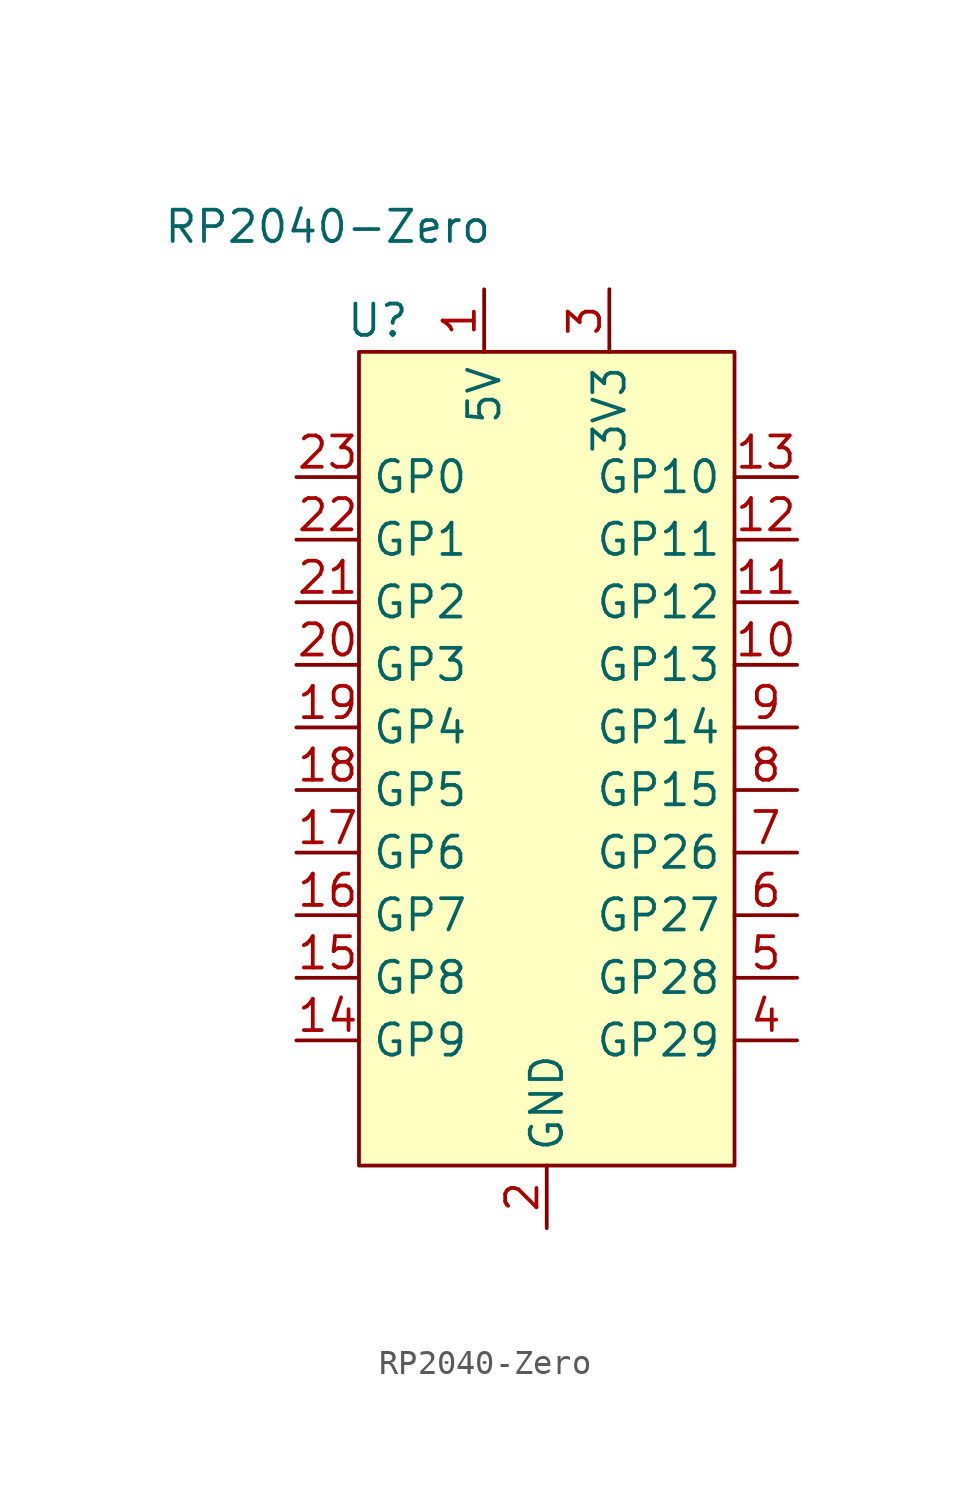
<source format=kicad_sym>
(kicad_symbol_lib
  (version 20231120)
  (generator "kicad_symbol_editor")
  (generator_version "8.0")
  (symbol "RP2040-Zero"
    (property "Reference" "U"
      (at -6.858 1.27 0)
      (effects (font (size 1.27 1.27))))
    (property "Value" "RP2040-Zero"
      (at -8.89 5.08 0)
      (effects (font (size 1.27 1.27))))
    (symbol "RP2040-Zero_1_1"
      (rectangle (start -7.62 0) (end 7.62 -33.02) (stroke (width 0) (type default)) (fill (type background)))
      (pin bidirectional line (at -2.54 2.54 270) (length 2.54) (name "5V" (effects (font (size 1.27 1.27)))) (number "1" (effects (font (size 1.27 1.27)))))
      (pin bidirectional line (at 10.16 -12.7 180) (length 2.54) (name "GP13" (effects (font (size 1.27 1.27)))) (number "10" (effects (font (size 1.27 1.27)))))
      (pin bidirectional line (at 10.16 -10.16 180) (length 2.54) (name "GP12" (effects (font (size 1.27 1.27)))) (number "11" (effects (font (size 1.27 1.27)))))
      (pin bidirectional line (at 10.16 -7.62 180) (length 2.54) (name "GP11" (effects (font (size 1.27 1.27)))) (number "12" (effects (font (size 1.27 1.27)))))
      (pin bidirectional line (at 10.16 -5.08 180) (length 2.54) (name "GP10" (effects (font (size 1.27 1.27)))) (number "13" (effects (font (size 1.27 1.27)))))
      (pin bidirectional line (at -10.16 -27.94 0) (length 2.54) (name "GP9" (effects (font (size 1.27 1.27)))) (number "14" (effects (font (size 1.27 1.27)))))
      (pin bidirectional line (at -10.16 -25.4 0) (length 2.54) (name "GP8" (effects (font (size 1.27 1.27)))) (number "15" (effects (font (size 1.27 1.27)))))
      (pin bidirectional line (at -10.16 -22.86 0) (length 2.54) (name "GP7" (effects (font (size 1.27 1.27)))) (number "16" (effects (font (size 1.27 1.27)))))
      (pin bidirectional line (at -10.16 -20.32 0) (length 2.54) (name "GP6" (effects (font (size 1.27 1.27)))) (number "17" (effects (font (size 1.27 1.27)))))
      (pin bidirectional line (at -10.16 -17.78 0) (length 2.54) (name "GP5" (effects (font (size 1.27 1.27)))) (number "18" (effects (font (size 1.27 1.27)))))
      (pin bidirectional line (at -10.16 -15.24 0) (length 2.54) (name "GP4" (effects (font (size 1.27 1.27)))) (number "19" (effects (font (size 1.27 1.27)))))
      (pin bidirectional line (at 0 -35.56 90) (length 2.54) (name "GND" (effects (font (size 1.27 1.27)))) (number "2" (effects (font (size 1.27 1.27)))))
      (pin bidirectional line (at -10.16 -12.7 0) (length 2.54) (name "GP3" (effects (font (size 1.27 1.27)))) (number "20" (effects (font (size 1.27 1.27)))))
      (pin bidirectional line (at -10.16 -10.16 0) (length 2.54) (name "GP2" (effects (font (size 1.27 1.27)))) (number "21" (effects (font (size 1.27 1.27)))))
      (pin bidirectional line (at -10.16 -7.62 0) (length 2.54) (name "GP1" (effects (font (size 1.27 1.27)))) (number "22" (effects (font (size 1.27 1.27)))))
      (pin bidirectional line (at -10.16 -5.08 0) (length 2.54) (name "GP0" (effects (font (size 1.27 1.27)))) (number "23" (effects (font (size 1.27 1.27)))))
      (pin bidirectional line (at 2.54 2.54 270) (length 2.54) (name "3V3" (effects (font (size 1.27 1.27)))) (number "3" (effects (font (size 1.27 1.27)))))
      (pin bidirectional line (at 10.16 -27.94 180) (length 2.54) (name "GP29" (effects (font (size 1.27 1.27)))) (number "4" (effects (font (size 1.27 1.27)))))
      (pin bidirectional line (at 10.16 -25.4 180) (length 2.54) (name "GP28" (effects (font (size 1.27 1.27)))) (number "5" (effects (font (size 1.27 1.27)))))
      (pin bidirectional line (at 10.16 -22.86 180) (length 2.54) (name "GP27" (effects (font (size 1.27 1.27)))) (number "6" (effects (font (size 1.27 1.27)))))
      (pin bidirectional line (at 10.16 -20.32 180) (length 2.54) (name "GP26" (effects (font (size 1.27 1.27)))) (number "7" (effects (font (size 1.27 1.27)))))
      (pin bidirectional line (at 10.16 -17.78 180) (length 2.54) (name "GP15" (effects (font (size 1.27 1.27)))) (number "8" (effects (font (size 1.27 1.27)))))
      (pin bidirectional line (at 10.16 -15.24 180) (length 2.54) (name "GP14" (effects (font (size 1.27 1.27)))) (number "9" (effects (font (size 1.27 1.27))))))))
</source>
